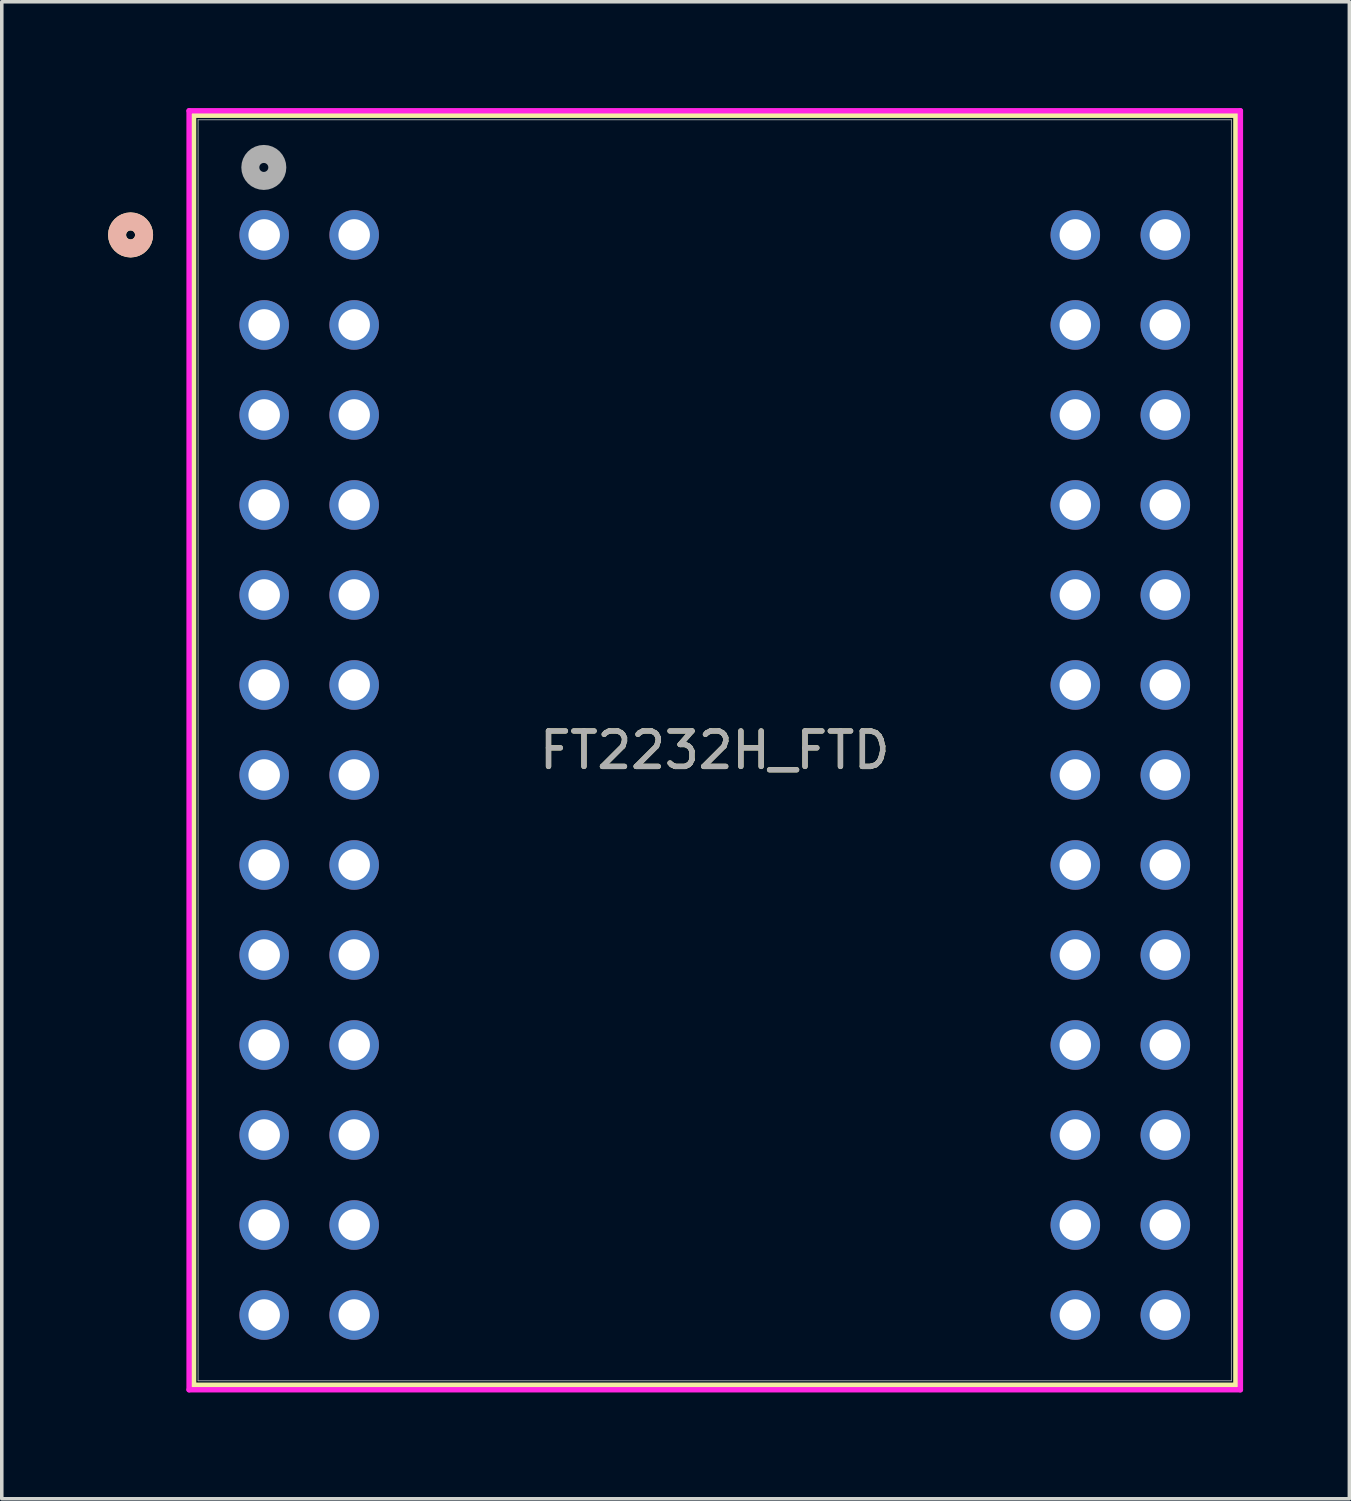
<source format=kicad_pcb>
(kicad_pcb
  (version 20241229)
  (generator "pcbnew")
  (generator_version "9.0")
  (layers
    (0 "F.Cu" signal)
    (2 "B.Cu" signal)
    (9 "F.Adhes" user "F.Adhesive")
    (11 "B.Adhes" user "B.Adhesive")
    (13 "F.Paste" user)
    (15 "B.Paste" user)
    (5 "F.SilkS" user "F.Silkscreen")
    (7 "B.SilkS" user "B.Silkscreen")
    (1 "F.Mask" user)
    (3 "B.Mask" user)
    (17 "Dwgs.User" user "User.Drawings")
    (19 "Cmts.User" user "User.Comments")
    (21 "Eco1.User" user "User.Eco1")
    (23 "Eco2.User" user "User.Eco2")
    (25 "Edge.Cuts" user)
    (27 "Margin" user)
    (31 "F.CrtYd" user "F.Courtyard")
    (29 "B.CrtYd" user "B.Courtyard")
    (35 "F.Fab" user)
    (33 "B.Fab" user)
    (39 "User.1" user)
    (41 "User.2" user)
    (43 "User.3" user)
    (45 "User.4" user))
  (footprint "FT2232H_FTD"
    (layer "F.Cu")
    (at 4.405 3.58)
    (property "Reference" "FT2232H_FTD" (at 12.715 14.543 0) (unlocked yes) (layer "F.SilkS") (effects (font (size 1 1) (thickness 0.15))))
    (attr through_hole)
    (fp_line (start -1.992 -3.377) (end -1.992 32.462) (stroke (width 0.152) (type solid)) (layer "F.SilkS"))
    (fp_line (start -1.992 32.462) (end 27.422 32.462) (stroke (width 0.152) (type solid)) (layer "F.SilkS"))
    (fp_line (start 27.422 -3.377) (end -1.992 -3.377) (stroke (width 0.152) (type solid)) (layer "F.SilkS"))
    (fp_line (start 27.422 32.462) (end 27.422 -3.377) (stroke (width 0.152) (type solid)) (layer "F.SilkS"))
    (fp_circle (center -3.77 0) (end -3.389 0) (stroke (width 0.508) (type solid)) (fill no) (layer "F.SilkS"))
    (fp_circle (center -3.77 0) (end -3.389 0) (stroke (width 0.508) (type solid)) (fill no) (layer "B.SilkS"))
    (fp_line (start -2.119 -3.504) (end -2.119 32.589) (stroke (width 0.152) (type solid)) (layer "F.CrtYd"))
    (fp_line (start -2.119 32.589) (end 27.549 32.589) (stroke (width 0.152) (type solid)) (layer "F.CrtYd"))
    (fp_line (start 27.549 -3.504) (end -2.119 -3.504) (stroke (width 0.152) (type solid)) (layer "F.CrtYd"))
    (fp_line (start 27.549 32.589) (end 27.549 -3.504) (stroke (width 0.152) (type solid)) (layer "F.CrtYd"))
    (fp_line (start -1.865 -3.25) (end -1.865 32.335) (stroke (width 0.025) (type solid)) (layer "F.Fab"))
    (fp_line (start -1.865 32.335) (end 27.295 32.335) (stroke (width 0.025) (type solid)) (layer "F.Fab"))
    (fp_line (start 27.295 -3.25) (end -1.865 -3.25) (stroke (width 0.025) (type solid)) (layer "F.Fab"))
    (fp_line (start 27.295 32.335) (end 27.295 -3.25) (stroke (width 0.025) (type solid)) (layer "F.Fab"))
    (fp_circle (center -0.01 -1.905) (end 0.371 -1.905) (stroke (width 0.508) (type solid)) (fill no) (layer "F.Fab"))
    (fp_text user "${REFERENCE}" (at 12.715 14.543 0) (unlocked yes) (layer "F.Fab") (effects (font (size 1 1) (thickness 0.15))))
    (pad "CN2-1" thru_hole circle (at 0 0) (size 1.397 1.397) (drill 0.889) (layers "*.Cu" "*.Mask"))
    (pad "CN2-2" thru_hole circle (at 2.54 0) (size 1.397 1.397) (drill 0.889) (layers "*.Cu" "*.Mask"))
    (pad "CN2-3" thru_hole circle (at 0 2.54) (size 1.397 1.397) (drill 0.889) (layers "*.Cu" "*.Mask"))
    (pad "CN2-4" thru_hole circle (at 2.54 2.54) (size 1.397 1.397) (drill 0.889) (layers "*.Cu" "*.Mask"))
    (pad "CN2-5" thru_hole circle (at 0 5.08) (size 1.397 1.397) (drill 0.889) (layers "*.Cu" "*.Mask"))
    (pad "CN2-6" thru_hole circle (at 2.54 5.08) (size 1.397 1.397) (drill 0.889) (layers "*.Cu" "*.Mask"))
    (pad "CN2-7" thru_hole circle (at 0 7.62) (size 1.397 1.397) (drill 0.889) (layers "*.Cu" "*.Mask"))
    (pad "CN2-8" thru_hole circle (at 2.54 7.62) (size 1.397 1.397) (drill 0.889) (layers "*.Cu" "*.Mask"))
    (pad "CN2-9" thru_hole circle (at 0 10.16) (size 1.397 1.397) (drill 0.889) (layers "*.Cu" "*.Mask"))
    (pad "CN2-10" thru_hole circle (at 2.54 10.16) (size 1.397 1.397) (drill 0.889) (layers "*.Cu" "*.Mask"))
    (pad "CN2-11" thru_hole circle (at 0 12.7) (size 1.397 1.397) (drill 0.889) (layers "*.Cu" "*.Mask"))
    (pad "CN2-12" thru_hole circle (at 2.54 12.7) (size 1.397 1.397) (drill 0.889) (layers "*.Cu" "*.Mask"))
    (pad "CN2-13" thru_hole circle (at 0 15.24) (size 1.397 1.397) (drill 0.889) (layers "*.Cu" "*.Mask"))
    (pad "CN2-14" thru_hole circle (at 2.54 15.24) (size 1.397 1.397) (drill 0.889) (layers "*.Cu" "*.Mask"))
    (pad "CN2-15" thru_hole circle (at 0 17.78) (size 1.397 1.397) (drill 0.889) (layers "*.Cu" "*.Mask"))
    (pad "CN2-16" thru_hole circle (at 2.54 17.78) (size 1.397 1.397) (drill 0.889) (layers "*.Cu" "*.Mask"))
    (pad "CN2-17" thru_hole circle (at 0 20.32) (size 1.397 1.397) (drill 0.889) (layers "*.Cu" "*.Mask"))
    (pad "CN2-18" thru_hole circle (at 2.54 20.32) (size 1.397 1.397) (drill 0.889) (layers "*.Cu" "*.Mask"))
    (pad "CN2-19" thru_hole circle (at 0 22.86) (size 1.397 1.397) (drill 0.889) (layers "*.Cu" "*.Mask"))
    (pad "CN2-20" thru_hole circle (at 2.54 22.86) (size 1.397 1.397) (drill 0.889) (layers "*.Cu" "*.Mask"))
    (pad "CN2-21" thru_hole circle (at 0 25.4) (size 1.397 1.397) (drill 0.889) (layers "*.Cu" "*.Mask"))
    (pad "CN2-22" thru_hole circle (at 2.54 25.4) (size 1.397 1.397) (drill 0.889) (layers "*.Cu" "*.Mask"))
    (pad "CN2-23" thru_hole circle (at 0 27.94) (size 1.397 1.397) (drill 0.889) (layers "*.Cu" "*.Mask"))
    (pad "CN2-24" thru_hole circle (at 2.54 27.94) (size 1.397 1.397) (drill 0.889) (layers "*.Cu" "*.Mask"))
    (pad "CN2-25" thru_hole circle (at 0 30.48) (size 1.397 1.397) (drill 0.889) (layers "*.Cu" "*.Mask"))
    (pad "CN2-26" thru_hole circle (at 2.54 30.48) (size 1.397 1.397) (drill 0.889) (layers "*.Cu" "*.Mask"))
    (pad "CN3-1" thru_hole circle (at 22.89 0) (size 1.397 1.397) (drill 0.889) (layers "*.Cu" "*.Mask"))
    (pad "CN3-2" thru_hole circle (at 25.43 0) (size 1.397 1.397) (drill 0.889) (layers "*.Cu" "*.Mask"))
    (pad "CN3-3" thru_hole circle (at 22.89 2.54) (size 1.397 1.397) (drill 0.889) (layers "*.Cu" "*.Mask"))
    (pad "CN3-4" thru_hole circle (at 25.43 2.54) (size 1.397 1.397) (drill 0.889) (layers "*.Cu" "*.Mask"))
    (pad "CN3-5" thru_hole circle (at 22.89 5.08) (size 1.397 1.397) (drill 0.889) (layers "*.Cu" "*.Mask"))
    (pad "CN3-6" thru_hole circle (at 25.43 5.08) (size 1.397 1.397) (drill 0.889) (layers "*.Cu" "*.Mask"))
    (pad "CN3-7" thru_hole circle (at 22.89 7.62) (size 1.397 1.397) (drill 0.889) (layers "*.Cu" "*.Mask"))
    (pad "CN3-8" thru_hole circle (at 25.43 7.62) (size 1.397 1.397) (drill 0.889) (layers "*.Cu" "*.Mask"))
    (pad "CN3-9" thru_hole circle (at 22.89 10.16) (size 1.397 1.397) (drill 0.889) (layers "*.Cu" "*.Mask"))
    (pad "CN3-10" thru_hole circle (at 25.43 10.16) (size 1.397 1.397) (drill 0.889) (layers "*.Cu" "*.Mask"))
    (pad "CN3-11" thru_hole circle (at 22.89 12.7) (size 1.397 1.397) (drill 0.889) (layers "*.Cu" "*.Mask"))
    (pad "CN3-12" thru_hole circle (at 25.43 12.7) (size 1.397 1.397) (drill 0.889) (layers "*.Cu" "*.Mask"))
    (pad "CN3-13" thru_hole circle (at 22.89 15.24) (size 1.397 1.397) (drill 0.889) (layers "*.Cu" "*.Mask"))
    (pad "CN3-14" thru_hole circle (at 25.43 15.24) (size 1.397 1.397) (drill 0.889) (layers "*.Cu" "*.Mask"))
    (pad "CN3-15" thru_hole circle (at 22.89 17.78) (size 1.397 1.397) (drill 0.889) (layers "*.Cu" "*.Mask"))
    (pad "CN3-16" thru_hole circle (at 25.43 17.78) (size 1.397 1.397) (drill 0.889) (layers "*.Cu" "*.Mask"))
    (pad "CN3-17" thru_hole circle (at 22.89 20.32) (size 1.397 1.397) (drill 0.889) (layers "*.Cu" "*.Mask"))
    (pad "CN3-18" thru_hole circle (at 25.43 20.32) (size 1.397 1.397) (drill 0.889) (layers "*.Cu" "*.Mask"))
    (pad "CN3-19" thru_hole circle (at 22.89 22.86) (size 1.397 1.397) (drill 0.889) (layers "*.Cu" "*.Mask"))
    (pad "CN3-20" thru_hole circle (at 25.43 22.86) (size 1.397 1.397) (drill 0.889) (layers "*.Cu" "*.Mask"))
    (pad "CN3-21" thru_hole circle (at 22.89 25.4) (size 1.397 1.397) (drill 0.889) (layers "*.Cu" "*.Mask"))
    (pad "CN3-22" thru_hole circle (at 25.43 25.4) (size 1.397 1.397) (drill 0.889) (layers "*.Cu" "*.Mask"))
    (pad "CN3-23" thru_hole circle (at 22.89 27.94) (size 1.397 1.397) (drill 0.889) (layers "*.Cu" "*.Mask"))
    (pad "CN3-24" thru_hole circle (at 25.43 27.94) (size 1.397 1.397) (drill 0.889) (layers "*.Cu" "*.Mask"))
    (pad "CN3-25" thru_hole circle (at 22.89 30.48) (size 1.397 1.397) (drill 0.889) (layers "*.Cu" "*.Mask"))
    (pad "CN3-26" thru_hole circle (at 25.43 30.48) (size 1.397 1.397) (drill 0.889) (layers "*.Cu" "*.Mask")))
  (gr_rect
    (start -3 -3)
    (end 35.029 39.246)
    (stroke (width 0.1) (type default))
    (fill no)
    (layer "Edge.Cuts")))
</source>
